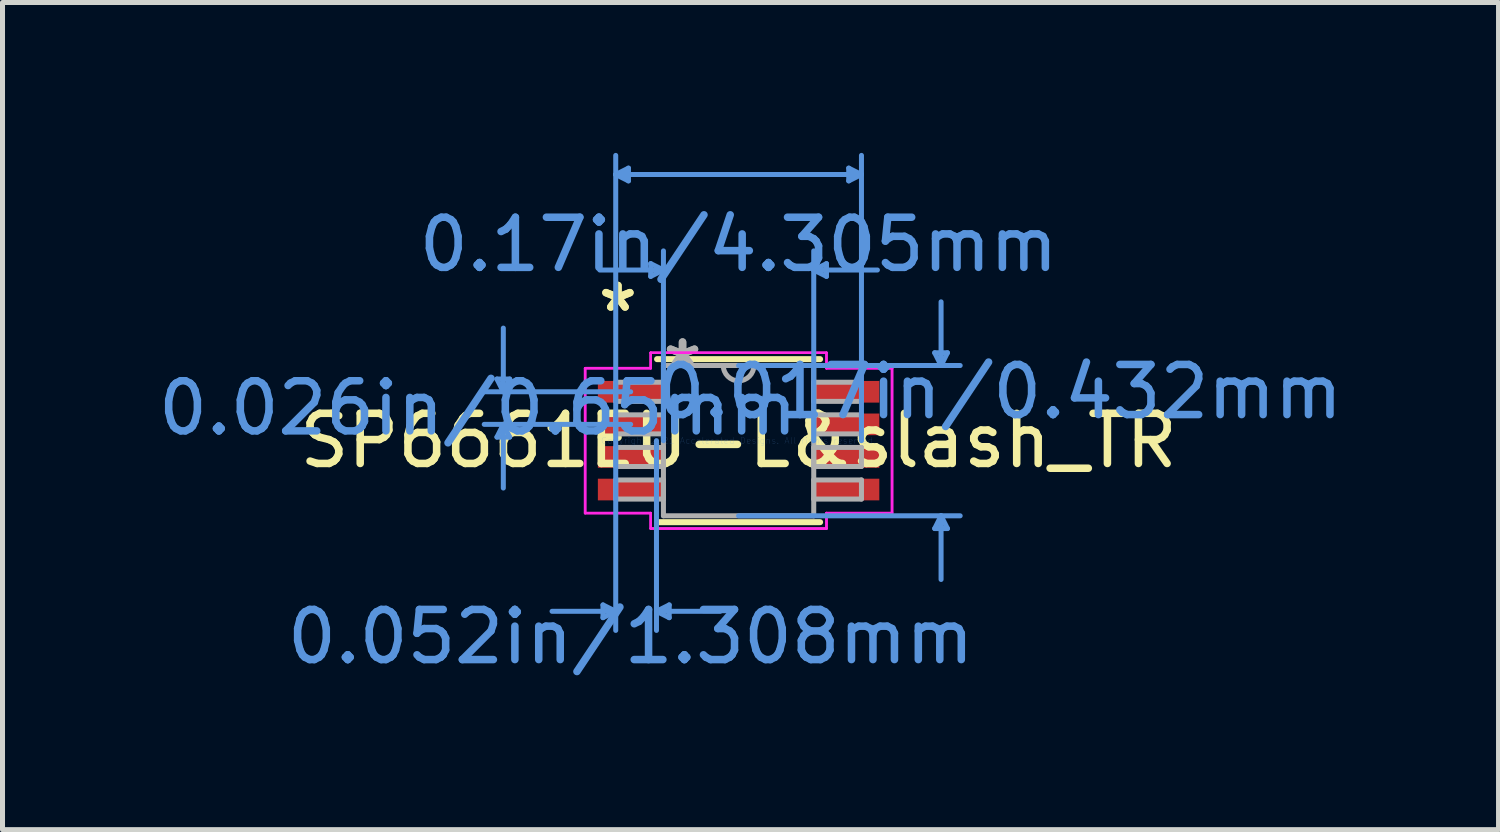
<source format=kicad_pcb>
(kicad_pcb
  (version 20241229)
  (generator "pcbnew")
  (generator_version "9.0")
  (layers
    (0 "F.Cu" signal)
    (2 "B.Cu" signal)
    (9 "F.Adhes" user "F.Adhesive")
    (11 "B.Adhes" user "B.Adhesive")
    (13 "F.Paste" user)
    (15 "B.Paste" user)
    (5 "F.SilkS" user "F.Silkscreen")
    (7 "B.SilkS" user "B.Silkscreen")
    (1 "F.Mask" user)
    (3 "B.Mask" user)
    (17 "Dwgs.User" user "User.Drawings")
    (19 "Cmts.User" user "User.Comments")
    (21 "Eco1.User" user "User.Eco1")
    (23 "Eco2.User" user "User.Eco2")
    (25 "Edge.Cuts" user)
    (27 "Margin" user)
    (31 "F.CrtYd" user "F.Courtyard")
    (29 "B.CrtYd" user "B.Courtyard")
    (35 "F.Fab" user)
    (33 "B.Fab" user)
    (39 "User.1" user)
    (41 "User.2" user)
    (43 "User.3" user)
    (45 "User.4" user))
  (footprint "SP6661EU-L&slash_TR"
    (layer "F.Cu")
    (at 11.683 5.74)
    (property "Reference" "SP6661EU-L&slash_TR" (at 0 0 0) (layer "F.SilkS") (effects (font (size 1 1) (thickness 0.15))))
    (attr through_hole)
    (fp_line (start -1.626 1.626) (end 1.626 1.626) (stroke (width 0.12) (type solid)) (layer "F.SilkS"))
    (fp_line (start 1.626 -1.626) (end -1.626 -1.626) (stroke (width 0.12) (type solid)) (layer "F.SilkS"))
    (fp_line (start -4.82 -1.229) (end -4.566 -1.229) (stroke (width 0.1) (type solid)) (layer "Cmts.User"))
    (fp_line (start -4.82 -0.071) (end -4.566 -0.071) (stroke (width 0.1) (type solid)) (layer "Cmts.User"))
    (fp_line (start -4.693 -0.975) (end -4.82 -1.229) (stroke (width 0.1) (type solid)) (layer "Cmts.User"))
    (fp_line (start -4.693 -0.975) (end -4.693 -2.245) (stroke (width 0.1) (type solid)) (layer "Cmts.User"))
    (fp_line (start -4.693 -0.975) (end -4.566 -1.229) (stroke (width 0.1) (type solid)) (layer "Cmts.User"))
    (fp_line (start -4.693 -0.325) (end -4.82 -0.071) (stroke (width 0.1) (type solid)) (layer "Cmts.User"))
    (fp_line (start -4.693 -0.325) (end -4.693 0.945) (stroke (width 0.1) (type solid)) (layer "Cmts.User"))
    (fp_line (start -4.693 -0.325) (end -4.566 -0.071) (stroke (width 0.1) (type solid)) (layer "Cmts.User"))
    (fp_line (start -2.705 3.277) (end -2.705 3.531) (stroke (width 0.1) (type solid)) (layer "Cmts.User"))
    (fp_line (start -2.451 -5.309) (end -2.197 -5.436) (stroke (width 0.1) (type solid)) (layer "Cmts.User"))
    (fp_line (start -2.451 -5.309) (end -2.197 -5.182) (stroke (width 0.1) (type solid)) (layer "Cmts.User"))
    (fp_line (start -2.451 -5.309) (end 2.451 -5.309) (stroke (width 0.1) (type solid)) (layer "Cmts.User"))
    (fp_line (start -2.451 0) (end -2.451 -5.69) (stroke (width 0.1) (type solid)) (layer "Cmts.User"))
    (fp_line (start -2.451 0) (end -2.451 3.785) (stroke (width 0.1) (type solid)) (layer "Cmts.User"))
    (fp_line (start -2.451 3.404) (end -3.721 3.404) (stroke (width 0.1) (type solid)) (layer "Cmts.User"))
    (fp_line (start -2.451 3.404) (end -2.705 3.277) (stroke (width 0.1) (type solid)) (layer "Cmts.User"))
    (fp_line (start -2.451 3.404) (end -2.705 3.531) (stroke (width 0.1) (type solid)) (layer "Cmts.User"))
    (fp_line (start -2.197 -5.436) (end -2.197 -5.182) (stroke (width 0.1) (type solid)) (layer "Cmts.User"))
    (fp_line (start -2.153 -0.975) (end -5.074 -0.975) (stroke (width 0.1) (type solid)) (layer "Cmts.User"))
    (fp_line (start -2.153 -0.325) (end -5.074 -0.325) (stroke (width 0.1) (type solid)) (layer "Cmts.User"))
    (fp_line (start -1.753 -3.531) (end -1.753 -3.277) (stroke (width 0.1) (type solid)) (layer "Cmts.User"))
    (fp_line (start -1.638 0) (end -1.638 3.785) (stroke (width 0.1) (type solid)) (layer "Cmts.User"))
    (fp_line (start -1.638 3.404) (end -1.384 3.277) (stroke (width 0.1) (type solid)) (layer "Cmts.User"))
    (fp_line (start -1.638 3.404) (end -1.384 3.531) (stroke (width 0.1) (type solid)) (layer "Cmts.User"))
    (fp_line (start -1.638 3.404) (end -0.368 3.404) (stroke (width 0.1) (type solid)) (layer "Cmts.User"))
    (fp_line (start -1.499 -3.404) (end -2.769 -3.404) (stroke (width 0.1) (type solid)) (layer "Cmts.User"))
    (fp_line (start -1.499 -3.404) (end -1.753 -3.531) (stroke (width 0.1) (type solid)) (layer "Cmts.User"))
    (fp_line (start -1.499 -3.404) (end -1.753 -3.277) (stroke (width 0.1) (type solid)) (layer "Cmts.User"))
    (fp_line (start -1.499 0) (end -1.499 -3.785) (stroke (width 0.1) (type solid)) (layer "Cmts.User"))
    (fp_line (start -1.384 3.277) (end -1.384 3.531) (stroke (width 0.1) (type solid)) (layer "Cmts.User"))
    (fp_line (start 0 -1.499) (end 4.42 -1.499) (stroke (width 0.1) (type solid)) (layer "Cmts.User"))
    (fp_line (start 0 1.499) (end 4.42 1.499) (stroke (width 0.1) (type solid)) (layer "Cmts.User"))
    (fp_line (start 1.499 -3.404) (end 1.753 -3.531) (stroke (width 0.1) (type solid)) (layer "Cmts.User"))
    (fp_line (start 1.499 -3.404) (end 1.753 -3.277) (stroke (width 0.1) (type solid)) (layer "Cmts.User"))
    (fp_line (start 1.499 -3.404) (end 2.769 -3.404) (stroke (width 0.1) (type solid)) (layer "Cmts.User"))
    (fp_line (start 1.499 0) (end 1.499 -3.785) (stroke (width 0.1) (type solid)) (layer "Cmts.User"))
    (fp_line (start 1.753 -3.531) (end 1.753 -3.277) (stroke (width 0.1) (type solid)) (layer "Cmts.User"))
    (fp_line (start 2.197 -5.436) (end 2.197 -5.182) (stroke (width 0.1) (type solid)) (layer "Cmts.User"))
    (fp_line (start 2.451 -5.309) (end 2.197 -5.436) (stroke (width 0.1) (type solid)) (layer "Cmts.User"))
    (fp_line (start 2.451 -5.309) (end 2.197 -5.182) (stroke (width 0.1) (type solid)) (layer "Cmts.User"))
    (fp_line (start 2.451 0) (end 2.451 -5.69) (stroke (width 0.1) (type solid)) (layer "Cmts.User"))
    (fp_line (start 3.912 -1.753) (end 4.166 -1.753) (stroke (width 0.1) (type solid)) (layer "Cmts.User"))
    (fp_line (start 3.912 1.753) (end 4.166 1.753) (stroke (width 0.1) (type solid)) (layer "Cmts.User"))
    (fp_line (start 4.039 -1.499) (end 3.912 -1.753) (stroke (width 0.1) (type solid)) (layer "Cmts.User"))
    (fp_line (start 4.039 -1.499) (end 4.039 -2.769) (stroke (width 0.1) (type solid)) (layer "Cmts.User"))
    (fp_line (start 4.039 -1.499) (end 4.166 -1.753) (stroke (width 0.1) (type solid)) (layer "Cmts.User"))
    (fp_line (start 4.039 1.499) (end 3.912 1.753) (stroke (width 0.1) (type solid)) (layer "Cmts.User"))
    (fp_line (start 4.039 1.499) (end 4.039 2.769) (stroke (width 0.1) (type solid)) (layer "Cmts.User"))
    (fp_line (start 4.039 1.499) (end 4.166 1.753) (stroke (width 0.1) (type solid)) (layer "Cmts.User"))
    (fp_line (start -3.061 -1.445) (end -1.753 -1.445) (stroke (width 0.05) (type solid)) (layer "F.CrtYd"))
    (fp_line (start -3.061 -1.445) (end -1.753 -1.445) (stroke (width 0.05) (type solid)) (layer "F.CrtYd"))
    (fp_line (start -3.061 1.445) (end -3.061 -1.445) (stroke (width 0.05) (type solid)) (layer "F.CrtYd"))
    (fp_line (start -3.061 1.445) (end -3.061 -1.445) (stroke (width 0.05) (type solid)) (layer "F.CrtYd"))
    (fp_line (start -3.061 1.445) (end -1.753 1.445) (stroke (width 0.05) (type solid)) (layer "F.CrtYd"))
    (fp_line (start -1.753 -1.753) (end 1.753 -1.753) (stroke (width 0.05) (type solid)) (layer "F.CrtYd"))
    (fp_line (start -1.753 -1.753) (end 1.753 -1.753) (stroke (width 0.05) (type solid)) (layer "F.CrtYd"))
    (fp_line (start -1.753 -1.445) (end -1.753 -1.753) (stroke (width 0.05) (type solid)) (layer "F.CrtYd"))
    (fp_line (start -1.753 -1.445) (end -1.753 -1.753) (stroke (width 0.05) (type solid)) (layer "F.CrtYd"))
    (fp_line (start -1.753 1.445) (end -3.061 1.445) (stroke (width 0.05) (type solid)) (layer "F.CrtYd"))
    (fp_line (start -1.753 1.753) (end -1.753 1.445) (stroke (width 0.05) (type solid)) (layer "F.CrtYd"))
    (fp_line (start -1.753 1.753) (end -1.753 1.445) (stroke (width 0.05) (type solid)) (layer "F.CrtYd"))
    (fp_line (start 1.753 -1.753) (end 1.753 -1.445) (stroke (width 0.05) (type solid)) (layer "F.CrtYd"))
    (fp_line (start 1.753 -1.753) (end 1.753 -1.445) (stroke (width 0.05) (type solid)) (layer "F.CrtYd"))
    (fp_line (start 1.753 -1.445) (end 3.061 -1.445) (stroke (width 0.05) (type solid)) (layer "F.CrtYd"))
    (fp_line (start 1.753 1.445) (end 1.753 1.753) (stroke (width 0.05) (type solid)) (layer "F.CrtYd"))
    (fp_line (start 1.753 1.445) (end 1.753 1.753) (stroke (width 0.05) (type solid)) (layer "F.CrtYd"))
    (fp_line (start 1.753 1.753) (end -1.753 1.753) (stroke (width 0.05) (type solid)) (layer "F.CrtYd"))
    (fp_line (start 1.753 1.753) (end -1.753 1.753) (stroke (width 0.05) (type solid)) (layer "F.CrtYd"))
    (fp_line (start 3.061 -1.445) (end 1.753 -1.445) (stroke (width 0.05) (type solid)) (layer "F.CrtYd"))
    (fp_line (start 3.061 -1.445) (end 3.061 1.445) (stroke (width 0.05) (type solid)) (layer "F.CrtYd"))
    (fp_line (start 3.061 -1.445) (end 3.061 1.445) (stroke (width 0.05) (type solid)) (layer "F.CrtYd"))
    (fp_line (start 3.061 1.445) (end 1.753 1.445) (stroke (width 0.05) (type solid)) (layer "F.CrtYd"))
    (fp_line (start 3.061 1.445) (end 1.753 1.445) (stroke (width 0.05) (type solid)) (layer "F.CrtYd"))
    (fp_line (start -2.451 -1.165) (end -2.451 -0.784) (stroke (width 0.1) (type solid)) (layer "F.Fab"))
    (fp_line (start -2.451 -0.784) (end -1.499 -0.784) (stroke (width 0.1) (type solid)) (layer "F.Fab"))
    (fp_line (start -2.451 -0.515) (end -2.451 -0.135) (stroke (width 0.1) (type solid)) (layer "F.Fab"))
    (fp_line (start -2.451 -0.135) (end -1.499 -0.135) (stroke (width 0.1) (type solid)) (layer "F.Fab"))
    (fp_line (start -2.451 0.135) (end -2.451 0.515) (stroke (width 0.1) (type solid)) (layer "F.Fab"))
    (fp_line (start -2.451 0.515) (end -1.499 0.515) (stroke (width 0.1) (type solid)) (layer "F.Fab"))
    (fp_line (start -2.451 0.784) (end -2.451 1.165) (stroke (width 0.1) (type solid)) (layer "F.Fab"))
    (fp_line (start -2.451 1.165) (end -1.499 1.165) (stroke (width 0.1) (type solid)) (layer "F.Fab"))
    (fp_line (start -1.499 -1.499) (end -1.499 1.499) (stroke (width 0.1) (type solid)) (layer "F.Fab"))
    (fp_line (start -1.499 -1.165) (end -2.451 -1.165) (stroke (width 0.1) (type solid)) (layer "F.Fab"))
    (fp_line (start -1.499 -0.784) (end -1.499 -1.165) (stroke (width 0.1) (type solid)) (layer "F.Fab"))
    (fp_line (start -1.499 -0.515) (end -2.451 -0.515) (stroke (width 0.1) (type solid)) (layer "F.Fab"))
    (fp_line (start -1.499 -0.135) (end -1.499 -0.515) (stroke (width 0.1) (type solid)) (layer "F.Fab"))
    (fp_line (start -1.499 0.135) (end -2.451 0.135) (stroke (width 0.1) (type solid)) (layer "F.Fab"))
    (fp_line (start -1.499 0.515) (end -1.499 0.135) (stroke (width 0.1) (type solid)) (layer "F.Fab"))
    (fp_line (start -1.499 0.784) (end -2.451 0.784) (stroke (width 0.1) (type solid)) (layer "F.Fab"))
    (fp_line (start -1.499 1.165) (end -1.499 0.784) (stroke (width 0.1) (type solid)) (layer "F.Fab"))
    (fp_line (start -1.499 1.499) (end 1.499 1.499) (stroke (width 0.1) (type solid)) (layer "F.Fab"))
    (fp_line (start 1.499 -1.499) (end -1.499 -1.499) (stroke (width 0.1) (type solid)) (layer "F.Fab"))
    (fp_line (start 1.499 -1.165) (end 1.499 -0.784) (stroke (width 0.1) (type solid)) (layer "F.Fab"))
    (fp_line (start 1.499 -0.784) (end 2.451 -0.784) (stroke (width 0.1) (type solid)) (layer "F.Fab"))
    (fp_line (start 1.499 -0.515) (end 1.499 -0.135) (stroke (width 0.1) (type solid)) (layer "F.Fab"))
    (fp_line (start 1.499 -0.135) (end 2.451 -0.135) (stroke (width 0.1) (type solid)) (layer "F.Fab"))
    (fp_line (start 1.499 0.135) (end 1.499 0.515) (stroke (width 0.1) (type solid)) (layer "F.Fab"))
    (fp_line (start 1.499 0.515) (end 2.451 0.515) (stroke (width 0.1) (type solid)) (layer "F.Fab"))
    (fp_line (start 1.499 0.784) (end 1.499 1.165) (stroke (width 0.1) (type solid)) (layer "F.Fab"))
    (fp_line (start 1.499 1.165) (end 2.451 1.165) (stroke (width 0.1) (type solid)) (layer "F.Fab"))
    (fp_line (start 1.499 1.499) (end 1.499 -1.499) (stroke (width 0.1) (type solid)) (layer "F.Fab"))
    (fp_line (start 2.451 -1.165) (end 1.499 -1.165) (stroke (width 0.1) (type solid)) (layer "F.Fab"))
    (fp_line (start 2.451 -0.784) (end 2.451 -1.165) (stroke (width 0.1) (type solid)) (layer "F.Fab"))
    (fp_line (start 2.451 -0.515) (end 1.499 -0.515) (stroke (width 0.1) (type solid)) (layer "F.Fab"))
    (fp_line (start 2.451 -0.135) (end 2.451 -0.515) (stroke (width 0.1) (type solid)) (layer "F.Fab"))
    (fp_line (start 2.451 0.135) (end 1.499 0.135) (stroke (width 0.1) (type solid)) (layer "F.Fab"))
    (fp_line (start 2.451 0.515) (end 2.451 0.135) (stroke (width 0.1) (type solid)) (layer "F.Fab"))
    (fp_line (start 2.451 0.784) (end 1.499 0.784) (stroke (width 0.1) (type solid)) (layer "F.Fab"))
    (fp_line (start 2.451 1.165) (end 2.451 0.784) (stroke (width 0.1) (type solid)) (layer "F.Fab"))
    (fp_arc (start 0.3048 -1.4986) (mid 0 -1.1938) (end -0.3048 -1.4986) (stroke (width 0.1) (type solid)) (layer "F.Fab"))
    (fp_text user "*" (at -2.407 -2.55 0) (layer "F.SilkS") (effects (font (size 1 1) (thickness 0.15))))
    (fp_text user "*" (at -2.407 -2.55 0) (layer "F.SilkS") (effects (font (size 1 1) (thickness 0.15))))
    (fp_text user "0.052in/1.308mm" (at -2.153 3.912 0) (layer "Cmts.User") (effects (font (size 1 1) (thickness 0.15))))
    (fp_text user "Copyright 2021 Accelerated Designs. All rights reserved." (at 0 0 0) (layer "Cmts.User") (effects (font (size 0.127 0.127) (thickness 0.002))))
    (fp_text user "0.17in/4.305mm" (at 0 -3.912 0) (layer "Cmts.User") (effects (font (size 1 1) (thickness 0.15))))
    (fp_text user "0.017in/0.432mm" (at 5.201 -0.975 0) (layer "Cmts.User") (effects (font (size 1 1) (thickness 0.15))))
    (fp_text user "0.026in/0.65mm" (at -5.201 -0.65 0) (layer "Cmts.User") (effects (font (size 1 1) (thickness 0.15))))
    (fp_text user "*" (at -1.118 -1.422 0) (layer "F.Fab") (effects (font (size 1 1) (thickness 0.15))))
    (fp_text user "*" (at -1.118 -1.422 0) (layer "F.Fab") (effects (font (size 1 1) (thickness 0.15))))
    (pad "1" smd rect (at -2.153 -0.975) (size 1.308 0.432) (layers "F.Cu" "F.Mask" "F.Paste"))
    (pad "2" smd rect (at -2.153 -0.325) (size 1.308 0.432) (layers "F.Cu" "F.Mask" "F.Paste"))
    (pad "3" smd rect (at -2.153 0.325) (size 1.308 0.432) (layers "F.Cu" "F.Mask" "F.Paste"))
    (pad "4" smd rect (at -2.153 0.975) (size 1.308 0.432) (layers "F.Cu" "F.Mask" "F.Paste"))
    (pad "5" smd rect (at 2.153 0.975) (size 1.308 0.432) (layers "F.Cu" "F.Mask" "F.Paste"))
    (pad "6" smd rect (at 2.153 0.325) (size 1.308 0.432) (layers "F.Cu" "F.Mask" "F.Paste"))
    (pad "7" smd rect (at 2.153 -0.325) (size 1.308 0.432) (layers "F.Cu" "F.Mask" "F.Paste"))
    (pad "8" smd rect (at 2.153 -0.975) (size 1.308 0.432) (layers "F.Cu" "F.Mask" "F.Paste")))
  (gr_rect
    (start -3 -3)
    (end 26.842 13.499)
    (stroke (width 0.1) (type default))
    (fill no)
    (layer "Edge.Cuts")))
</source>
